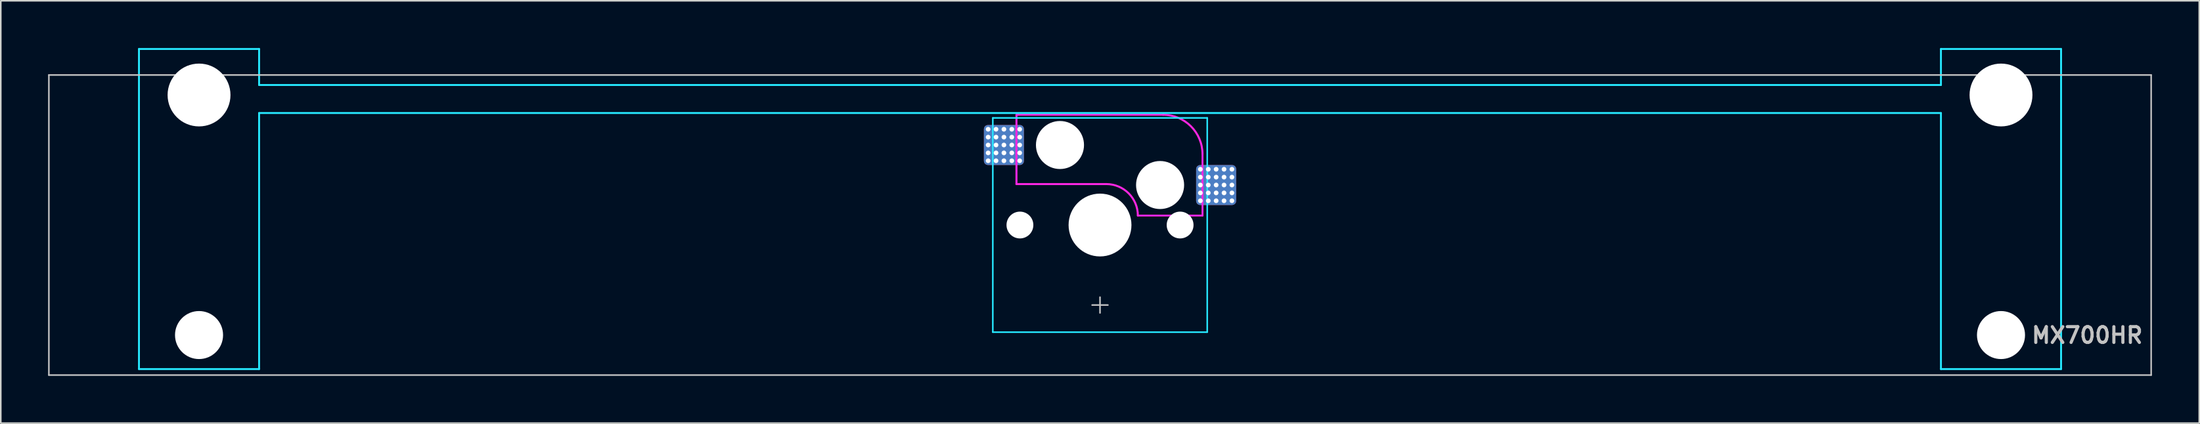
<source format=kicad_pcb>
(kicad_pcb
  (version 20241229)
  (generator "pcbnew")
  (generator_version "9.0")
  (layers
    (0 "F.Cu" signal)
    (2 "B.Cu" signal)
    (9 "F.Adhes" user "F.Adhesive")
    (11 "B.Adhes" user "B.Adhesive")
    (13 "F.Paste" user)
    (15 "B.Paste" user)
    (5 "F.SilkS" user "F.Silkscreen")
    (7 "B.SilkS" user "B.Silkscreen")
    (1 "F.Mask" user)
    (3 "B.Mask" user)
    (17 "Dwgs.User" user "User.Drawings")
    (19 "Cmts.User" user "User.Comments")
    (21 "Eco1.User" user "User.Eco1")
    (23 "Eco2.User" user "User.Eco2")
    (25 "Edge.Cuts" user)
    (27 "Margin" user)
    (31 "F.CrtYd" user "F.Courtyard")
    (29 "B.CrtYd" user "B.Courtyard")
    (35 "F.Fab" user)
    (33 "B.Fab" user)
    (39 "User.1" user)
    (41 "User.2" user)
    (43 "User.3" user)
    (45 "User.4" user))
  (footprint "MX700HR"
    (layer "F.Cu")
    (at 66.725 11.236)
    (property "Reference" "MX700HR" (at 66.25 7 0) (layer "Dwgs.User") (effects (font (size 1 1) (thickness 0.2)) (justify right)))
    (attr smd)
    (fp_line (start -66.675 -9.525) (end -66.675 9.525) (stroke (width 0.1) (type solid)) (layer "Dwgs.User"))
    (fp_line (start -66.675 -9.525) (end 66.675 -9.525) (stroke (width 0.1) (type solid)) (layer "Dwgs.User"))
    (fp_line (start -66.675 9.525) (end 66.675 9.525) (stroke (width 0.1) (type solid)) (layer "Dwgs.User"))
    (fp_line (start -0.5 5.08) (end 0.5 5.08) (stroke (width 0.1) (type solid)) (layer "Dwgs.User"))
    (fp_line (start 0 4.58) (end 0 5.58) (stroke (width 0.1) (type solid)) (layer "Dwgs.User"))
    (fp_line (start 66.675 -9.525) (end 66.675 9.525) (stroke (width 0.1) (type solid)) (layer "Dwgs.User"))
    (fp_line (start -60.65 -8.515) (end -60.65 5.485) (stroke (width 0.1) (type solid)) (layer "Eco1.User"))
    (fp_line (start -60.15 -9.015) (end -54.15 -9.015) (stroke (width 0.1) (type solid)) (layer "Eco1.User"))
    (fp_line (start -54.15 5.985) (end -60.15 5.985) (stroke (width 0.1) (type solid)) (layer "Eco1.User"))
    (fp_line (start -53.65 5.485) (end -53.65 -8.515) (stroke (width 0.1) (type solid)) (layer "Eco1.User"))
    (fp_line (start -7 -6.5) (end -7 6.5) (stroke (width 0.1) (type solid)) (layer "Eco1.User"))
    (fp_line (start -6.5 7) (end 6.5 7) (stroke (width 0.1) (type solid)) (layer "Eco1.User"))
    (fp_line (start 6.5 -7) (end -6.5 -7) (stroke (width 0.1) (type solid)) (layer "Eco1.User"))
    (fp_line (start 7 6.5) (end 7 -6.5) (stroke (width 0.1) (type solid)) (layer "Eco1.User"))
    (fp_line (start 53.65 -8.515) (end 53.65 5.485) (stroke (width 0.1) (type solid)) (layer "Eco1.User"))
    (fp_line (start 54.15 -9.015) (end 60.15 -9.015) (stroke (width 0.1) (type solid)) (layer "Eco1.User"))
    (fp_line (start 60.15 5.985) (end 54.15 5.985) (stroke (width 0.1) (type solid)) (layer "Eco1.User"))
    (fp_line (start 60.65 5.485) (end 60.65 -8.515) (stroke (width 0.1) (type solid)) (layer "Eco1.User"))
    (fp_arc (start -60.65 -8.515) (mid -60.503553 -8.868553) (end -60.15 -9.015) (stroke (width 0.1) (type solid)) (layer "Eco1.User"))
    (fp_arc (start -60.15 5.985) (mid -60.503553 5.838553) (end -60.65 5.485) (stroke (width 0.1) (type solid)) (layer "Eco1.User"))
    (fp_arc (start -54.15 -9.015) (mid -53.796447 -8.868553) (end -53.65 -8.515) (stroke (width 0.1) (type solid)) (layer "Eco1.User"))
    (fp_arc (start -53.65 5.485) (mid -53.796447 5.838553) (end -54.15 5.985) (stroke (width 0.1) (type solid)) (layer "Eco1.User"))
    (fp_arc (start -7 -6.5) (mid -6.853553 -6.853553) (end -6.5 -7) (stroke (width 0.1) (type solid)) (layer "Eco1.User"))
    (fp_arc (start -6.5 7) (mid -6.853553 6.853553) (end -7 6.5) (stroke (width 0.1) (type solid)) (layer "Eco1.User"))
    (fp_arc (start 6.5 -7) (mid 6.853553 -6.853553) (end 7 -6.5) (stroke (width 0.1) (type solid)) (layer "Eco1.User"))
    (fp_arc (start 7 6.5) (mid 6.853553 6.853553) (end 6.5 7) (stroke (width 0.1) (type solid)) (layer "Eco1.User"))
    (fp_arc (start 53.65 -8.515) (mid 53.796447 -8.868553) (end 54.15 -9.015) (stroke (width 0.1) (type solid)) (layer "Eco1.User"))
    (fp_arc (start 54.15 5.985) (mid 53.796447 5.838553) (end 53.65 5.485) (stroke (width 0.1) (type solid)) (layer "Eco1.User"))
    (fp_arc (start 60.15 -9.015) (mid 60.503553 -8.868553) (end 60.65 -8.515) (stroke (width 0.1) (type solid)) (layer "Eco1.User"))
    (fp_arc (start 60.65 5.485) (mid 60.503553 5.838553) (end 60.15 5.985) (stroke (width 0.1) (type solid)) (layer "Eco1.User"))
    (fp_line (start -60.96 -11.176) (end -60.96 9.144) (stroke (width 0.12) (type solid)) (layer "B.CrtYd"))
    (fp_line (start -60.96 -11.176) (end -53.34 -11.176) (stroke (width 0.12) (type solid)) (layer "B.CrtYd"))
    (fp_line (start -60.96 9.144) (end -53.34 9.144) (stroke (width 0.12) (type solid)) (layer "B.CrtYd"))
    (fp_line (start -53.34 -11.176) (end -53.34 -8.89) (stroke (width 0.12) (type solid)) (layer "B.CrtYd"))
    (fp_line (start -53.34 -7.112) (end -53.34 9.144) (stroke (width 0.12) (type solid)) (layer "B.CrtYd"))
    (fp_line (start -6.8 -6.8) (end -6.8 6.8) (stroke (width 0.1) (type solid)) (layer "B.CrtYd"))
    (fp_line (start 6.8 -6.8) (end -6.8 -6.8) (stroke (width 0.1) (type solid)) (layer "B.CrtYd"))
    (fp_line (start 6.8 -6.8) (end 6.8 6.8) (stroke (width 0.1) (type solid)) (layer "B.CrtYd"))
    (fp_line (start 6.8 6.8) (end -6.8 6.8) (stroke (width 0.1) (type solid)) (layer "B.CrtYd"))
    (fp_line (start 53.34 -11.176) (end 53.34 -8.89) (stroke (width 0.12) (type solid)) (layer "B.CrtYd"))
    (fp_line (start 53.34 -8.89) (end -53.34 -8.89) (stroke (width 0.12) (type solid)) (layer "B.CrtYd"))
    (fp_line (start 53.34 -7.112) (end -53.34 -7.112) (stroke (width 0.12) (type solid)) (layer "B.CrtYd"))
    (fp_line (start 53.34 -7.112) (end 53.34 9.144) (stroke (width 0.12) (type solid)) (layer "B.CrtYd"))
    (fp_line (start 60.96 -11.176) (end 53.34 -11.176) (stroke (width 0.12) (type solid)) (layer "B.CrtYd"))
    (fp_line (start 60.96 -11.176) (end 60.96 9.144) (stroke (width 0.12) (type solid)) (layer "B.CrtYd"))
    (fp_line (start 60.96 9.144) (end 53.34 9.144) (stroke (width 0.12) (type solid)) (layer "B.CrtYd"))
    (fp_line (start -5.3 -7) (end -5.3 -2.6) (stroke (width 0.127) (type solid)) (layer "F.CrtYd"))
    (fp_line (start -5.2 -7) (end -5.3 -7) (stroke (width 0.12) (type solid)) (layer "F.CrtYd"))
    (fp_line (start 0.4 -2.6) (end -5.3 -2.6) (stroke (width 0.127) (type solid)) (layer "F.CrtYd"))
    (fp_line (start 4 -7) (end -5.2 -7) (stroke (width 0.12) (type solid)) (layer "F.CrtYd"))
    (fp_line (start 6.5 -4.5) (end 6.5 -0.6) (stroke (width 0.12) (type solid)) (layer "F.CrtYd"))
    (fp_line (start 6.5 -0.6) (end 2.4 -0.6) (stroke (width 0.12) (type solid)) (layer "F.CrtYd"))
    (fp_arc (start 0.4 -2.6) (mid 1.814214 -2.014214) (end 2.4 -0.6) (stroke (width 0.127) (type solid)) (layer "F.CrtYd"))
    (fp_arc (start 4 -7) (mid 5.767767 -6.267767) (end 6.5 -4.5) (stroke (width 0.127) (type solid)) (layer "F.CrtYd"))
    (pad "" np_thru_hole circle (at -57.15 -8.255 180) (size 3.988 3.988) (drill 3.988) (layers "*.Cu" "*.Mask"))
    (pad "" np_thru_hole circle (at -57.15 6.985 180) (size 3.048 3.048) (drill 3.048) (layers "*.Cu" "*.Mask"))
    (pad "" np_thru_hole circle (at -5.08 0) (size 1.702 1.702) (drill 1.702) (layers "*.Cu" "*.Mask"))
    (pad "" np_thru_hole circle (at -2.54 -5.08) (size 3.048 3.048) (drill 3.048) (layers "*.Cu" "*.Mask"))
    (pad "" np_thru_hole circle (at 0 0) (size 3.988 3.988) (drill 3.988) (layers "*.Cu" "*.Mask"))
    (pad "" np_thru_hole circle (at 3.81 -2.54) (size 3.048 3.048) (drill 3.048) (layers "*.Cu" "*.Mask"))
    (pad "" np_thru_hole circle (at 5.08 0) (size 1.702 1.702) (drill 1.702) (layers "*.Cu" "*.Mask"))
    (pad "" np_thru_hole circle (at 57.15 -8.255 180) (size 3.988 3.988) (drill 3.988) (layers "*.Cu" "*.Mask"))
    (pad "" np_thru_hole circle (at 57.15 6.985 180) (size 3.048 3.048) (drill 3.048) (layers "*.Cu" "*.Mask"))
    (pad "1" thru_hole circle (at -7.096 -6.08) (size 0.3 0.3) (drill 0.3) (layers "*.Cu" "F.Mask"))
    (pad "1" thru_hole circle (at -7.096 -5.58) (size 0.3 0.3) (drill 0.3) (layers "*.Cu" "F.Mask"))
    (pad "1" thru_hole circle (at -7.096 -5.08) (size 0.3 0.3) (drill 0.3) (layers "*.Cu" "F.Mask"))
    (pad "1" thru_hole circle (at -7.096 -4.58) (size 0.3 0.3) (drill 0.3) (layers "*.Cu" "F.Mask"))
    (pad "1" thru_hole circle (at -7.096 -4.08) (size 0.3 0.3) (drill 0.3) (layers "*.Cu" "F.Mask"))
    (pad "1" thru_hole circle (at -6.596 -6.08) (size 0.3 0.3) (drill 0.3) (layers "*.Cu" "F.Mask"))
    (pad "1" thru_hole circle (at -6.596 -5.58) (size 0.3 0.3) (drill 0.3) (layers "*.Cu" "F.Mask"))
    (pad "1" thru_hole circle (at -6.596 -5.08) (size 0.3 0.3) (drill 0.3) (layers "*.Cu" "F.Mask"))
    (pad "1" thru_hole circle (at -6.596 -4.58) (size 0.3 0.3) (drill 0.3) (layers "*.Cu" "F.Mask"))
    (pad "1" thru_hole circle (at -6.596 -4.08) (size 0.3 0.3) (drill 0.3) (layers "*.Cu" "F.Mask"))
    (pad "1" thru_hole circle (at -6.096 -6.08) (size 0.3 0.3) (drill 0.3) (layers "*.Cu" "F.Mask"))
    (pad "1" thru_hole circle (at -6.096 -5.58) (size 0.3 0.3) (drill 0.3) (layers "*.Cu" "F.Mask"))
    (pad "1" thru_hole circle (at -6.096 -5.08) (size 0.3 0.3) (drill 0.3) (layers "*.Cu" "F.Mask"))
    (pad "1" smd roundrect (at -6.096 -5.08) (size 2.54 2.54) (layers "F.Cu" "F.Mask") (roundrect_rratio 0.1))
    (pad "1" smd roundrect (at -6.096 -5.08) (size 2.54 2.54) (layers "B.Cu") (roundrect_rratio 0.1))
    (pad "1" thru_hole circle (at -6.096 -4.58) (size 0.3 0.3) (drill 0.3) (layers "*.Cu" "F.Mask"))
    (pad "1" thru_hole circle (at -6.096 -4.08) (size 0.3 0.3) (drill 0.3) (layers "*.Cu" "F.Mask"))
    (pad "1" thru_hole circle (at -5.596 -6.08) (size 0.3 0.3) (drill 0.3) (layers "*.Cu" "F.Mask"))
    (pad "1" thru_hole circle (at -5.596 -5.58) (size 0.3 0.3) (drill 0.3) (layers "*.Cu" "F.Mask"))
    (pad "1" thru_hole circle (at -5.596 -5.08) (size 0.3 0.3) (drill 0.3) (layers "*.Cu" "F.Mask"))
    (pad "1" thru_hole circle (at -5.596 -4.58) (size 0.3 0.3) (drill 0.3) (layers "*.Cu" "F.Mask"))
    (pad "1" thru_hole circle (at -5.596 -4.08) (size 0.3 0.3) (drill 0.3) (layers "*.Cu" "F.Mask"))
    (pad "1" thru_hole circle (at -5.096 -6.08) (size 0.3 0.3) (drill 0.3) (layers "*.Cu" "F.Mask"))
    (pad "1" thru_hole circle (at -5.096 -5.58) (size 0.3 0.3) (drill 0.3) (layers "*.Cu" "F.Mask"))
    (pad "1" thru_hole circle (at -5.096 -5.08) (size 0.3 0.3) (drill 0.3) (layers "*.Cu" "F.Mask"))
    (pad "1" thru_hole circle (at -5.096 -4.58) (size 0.3 0.3) (drill 0.3) (layers "*.Cu" "F.Mask"))
    (pad "1" thru_hole circle (at -5.096 -4.08) (size 0.3 0.3) (drill 0.3) (layers "*.Cu" "F.Mask"))
    (pad "2" thru_hole circle (at 6.366 -3.54) (size 0.3 0.3) (drill 0.3) (layers "*.Cu" "F.Mask"))
    (pad "2" thru_hole circle (at 6.366 -3.04) (size 0.3 0.3) (drill 0.3) (layers "*.Cu" "F.Mask"))
    (pad "2" thru_hole circle (at 6.366 -2.54) (size 0.3 0.3) (drill 0.3) (layers "*.Cu" "F.Mask"))
    (pad "2" thru_hole circle (at 6.366 -2.04) (size 0.3 0.3) (drill 0.3) (layers "*.Cu" "F.Mask"))
    (pad "2" thru_hole circle (at 6.366 -1.54) (size 0.3 0.3) (drill 0.3) (layers "*.Cu" "F.Mask"))
    (pad "2" thru_hole circle (at 6.866 -3.54) (size 0.3 0.3) (drill 0.3) (layers "*.Cu" "F.Mask"))
    (pad "2" thru_hole circle (at 6.866 -3.04) (size 0.3 0.3) (drill 0.3) (layers "*.Cu" "F.Mask"))
    (pad "2" thru_hole circle (at 6.866 -2.54) (size 0.3 0.3) (drill 0.3) (layers "*.Cu" "F.Mask"))
    (pad "2" thru_hole circle (at 6.866 -2.04) (size 0.3 0.3) (drill 0.3) (layers "*.Cu" "F.Mask"))
    (pad "2" thru_hole circle (at 6.866 -1.54) (size 0.3 0.3) (drill 0.3) (layers "*.Cu" "F.Mask"))
    (pad "2" thru_hole circle (at 7.366 -3.54) (size 0.3 0.3) (drill 0.3) (layers "*.Cu" "F.Mask"))
    (pad "2" thru_hole circle (at 7.366 -3.04) (size 0.3 0.3) (drill 0.3) (layers "*.Cu" "F.Mask"))
    (pad "2" thru_hole circle (at 7.366 -2.54) (size 0.3 0.3) (drill 0.3) (layers "*.Cu" "F.Mask"))
    (pad "2" smd roundrect (at 7.366 -2.54) (size 2.54 2.54) (layers "F.Cu" "F.Mask") (roundrect_rratio 0.1))
    (pad "2" smd roundrect (at 7.366 -2.54) (size 2.54 2.54) (layers "B.Cu") (roundrect_rratio 0.1))
    (pad "2" thru_hole circle (at 7.366 -2.04) (size 0.3 0.3) (drill 0.3) (layers "*.Cu" "F.Mask"))
    (pad "2" thru_hole circle (at 7.366 -1.54) (size 0.3 0.3) (drill 0.3) (layers "*.Cu" "F.Mask"))
    (pad "2" thru_hole circle (at 7.866 -3.54) (size 0.3 0.3) (drill 0.3) (layers "*.Cu" "F.Mask"))
    (pad "2" thru_hole circle (at 7.866 -3.04) (size 0.3 0.3) (drill 0.3) (layers "*.Cu" "F.Mask"))
    (pad "2" thru_hole circle (at 7.866 -2.54) (size 0.3 0.3) (drill 0.3) (layers "*.Cu" "F.Mask"))
    (pad "2" thru_hole circle (at 7.866 -2.04) (size 0.3 0.3) (drill 0.3) (layers "*.Cu" "F.Mask"))
    (pad "2" thru_hole circle (at 7.866 -1.54) (size 0.3 0.3) (drill 0.3) (layers "*.Cu" "F.Mask"))
    (pad "2" thru_hole circle (at 8.366 -3.54) (size 0.3 0.3) (drill 0.3) (layers "*.Cu" "F.Mask"))
    (pad "2" thru_hole circle (at 8.366 -3.04) (size 0.3 0.3) (drill 0.3) (layers "*.Cu" "F.Mask"))
    (pad "2" thru_hole circle (at 8.366 -2.54) (size 0.3 0.3) (drill 0.3) (layers "*.Cu" "F.Mask"))
    (pad "2" thru_hole circle (at 8.366 -2.04) (size 0.3 0.3) (drill 0.3) (layers "*.Cu" "F.Mask"))
    (pad "2" thru_hole circle (at 8.366 -1.54) (size 0.3 0.3) (drill 0.3) (layers "*.Cu" "F.Mask")))
  (gr_rect
    (start -3 -3)
    (end 136.45 23.811)
    (stroke (width 0.1) (type default))
    (fill no)
    (layer "Edge.Cuts")))
</source>
